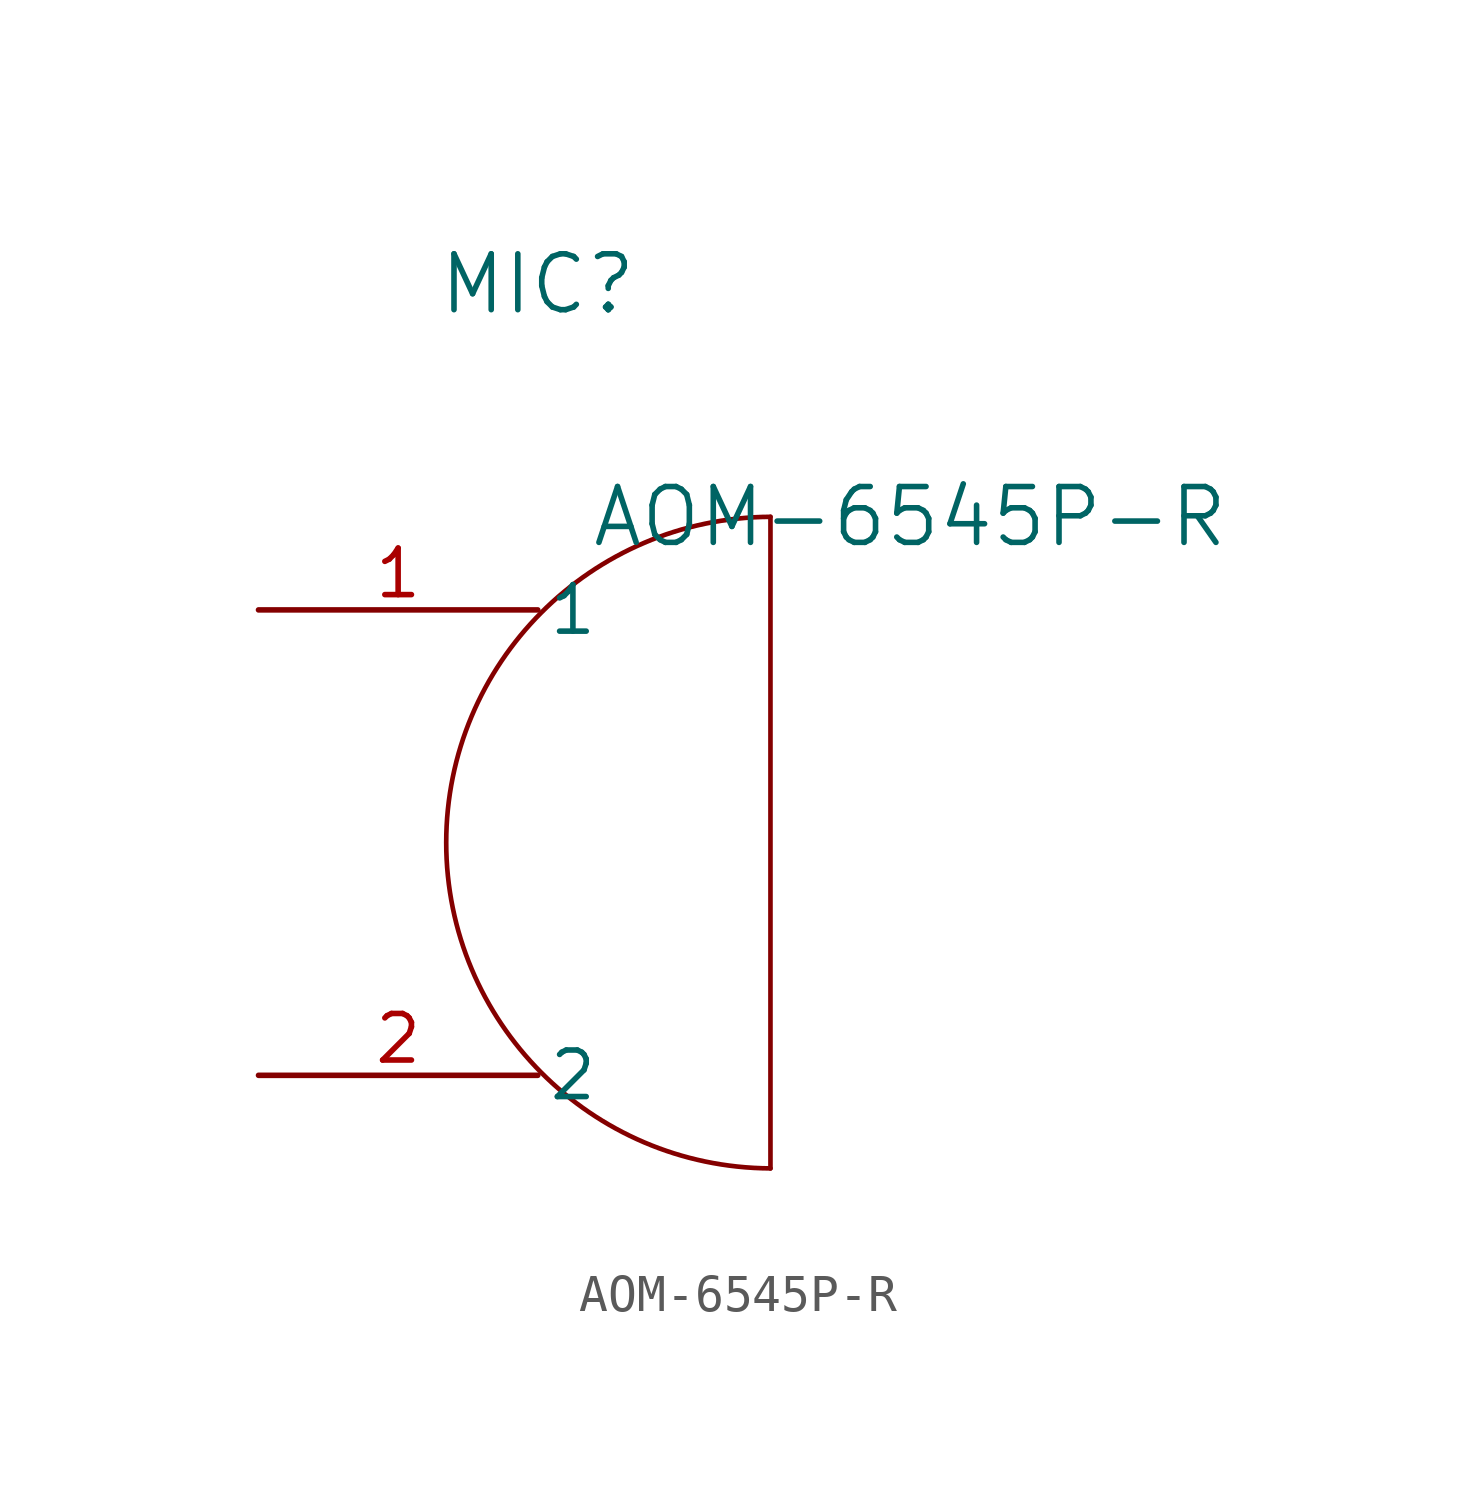
<source format=kicad_sym>
(kicad_symbol_lib
  (version 20211014)
  (generator kicad_symbol_editor)
  (symbol "AOM-6545P-R"
    (pin_names
      (offset 0.254))
    (property "Reference" "MIC"
      (at 7.62 8.89 0)
      (effects (font (size 1.524 1.524))))
    (property "Value" "AOM-6545P-R"
      (at 17.78 2.54 0)
      (effects (font (size 1.524 1.524))))
    (symbol "AOM-6545P-R_0_1"
      (arc (start 13.97 2.54) (mid 5.08 -6.35) (end 13.97 -15.24) (stroke (width 0.127) (type default) (color 0 0 0 0)) (fill (type none)))
      (polyline (pts (xy 13.97 2.54) (xy 13.97 -15.24)) (stroke (width 0.127) (type default) (color 0 0 0 0)) (fill (type none)))
      (pin unspecified line (at 0 0 0) (length 7.62) (name "1" (effects (font (size 1.27 1.27)))) (number "1" (effects (font (size 1.27 1.27)))))
      (pin unspecified line (at 0 -12.7 0) (length 7.62) (name "2" (effects (font (size 1.27 1.27)))) (number "2" (effects (font (size 1.27 1.27))))))))
</source>
